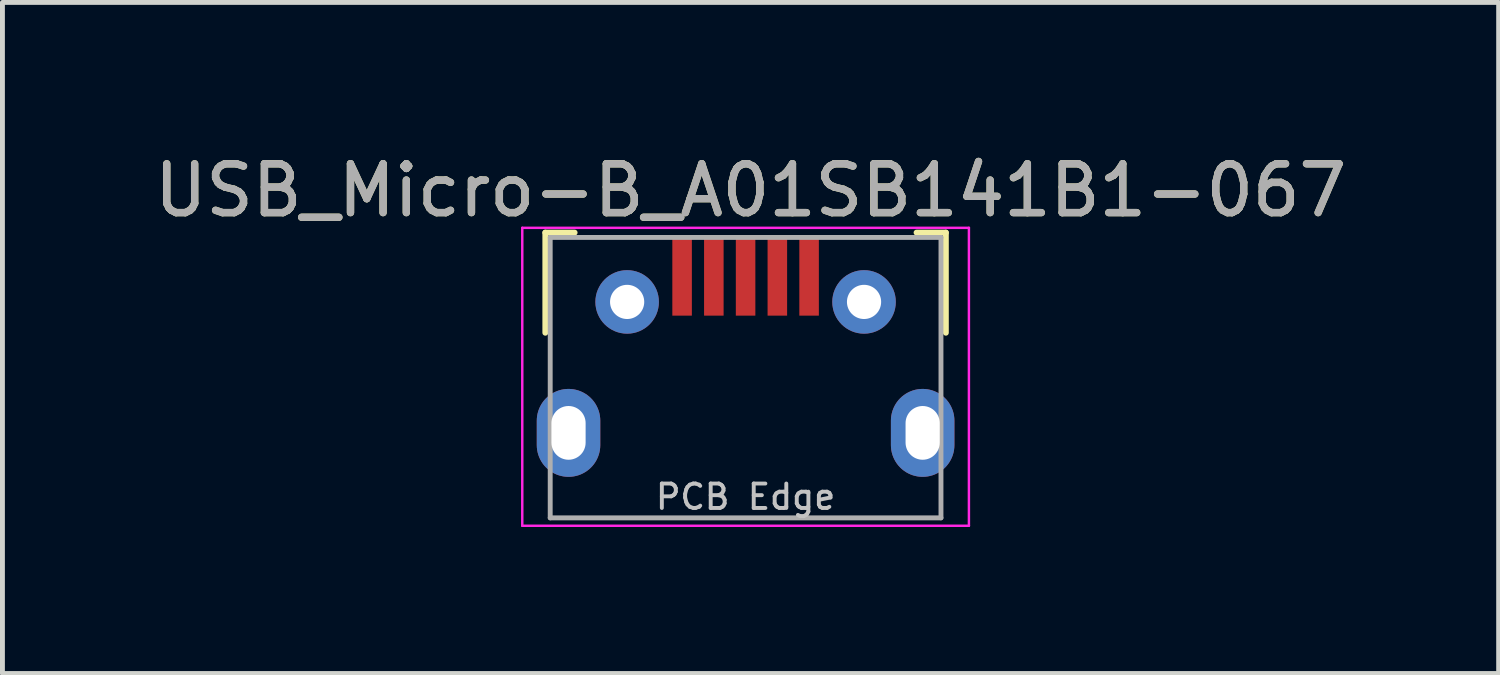
<source format=kicad_pcb>
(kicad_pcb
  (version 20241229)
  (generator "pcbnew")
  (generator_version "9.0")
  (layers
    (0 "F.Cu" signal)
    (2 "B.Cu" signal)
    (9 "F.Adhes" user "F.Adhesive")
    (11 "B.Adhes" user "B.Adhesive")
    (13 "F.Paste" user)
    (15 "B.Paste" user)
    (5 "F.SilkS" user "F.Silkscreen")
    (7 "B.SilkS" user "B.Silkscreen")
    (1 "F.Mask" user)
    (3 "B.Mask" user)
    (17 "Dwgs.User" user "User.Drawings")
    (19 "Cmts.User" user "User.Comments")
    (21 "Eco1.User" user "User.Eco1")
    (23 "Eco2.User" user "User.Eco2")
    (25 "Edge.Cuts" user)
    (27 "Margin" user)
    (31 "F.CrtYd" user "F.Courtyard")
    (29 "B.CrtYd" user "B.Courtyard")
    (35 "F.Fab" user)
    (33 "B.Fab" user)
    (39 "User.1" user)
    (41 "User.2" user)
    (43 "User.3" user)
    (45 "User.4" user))
  (footprint "USB_Micro-B_A01SB141B1-067"
    (layer "F.Cu")
    (at 12.214 4.074)
    (property "Reference" "USB_Micro-B_A01SB141B1-067" (at 0.102 -3.226 0) (layer "F.SilkS") (effects (font (size 1 1) (thickness 0.15))))
    (attr smd)
    (fp_line (start -4.1 -2.362) (end -3.5 -2.362) (stroke (width 0.12) (type solid)) (layer "F.SilkS"))
    (fp_line (start -4.1 -0.312) (end -4.1 -2.362) (stroke (width 0.12) (type solid)) (layer "F.SilkS"))
    (fp_line (start 3.5 -2.362) (end 4.1 -2.362) (stroke (width 0.12) (type solid)) (layer "F.SilkS"))
    (fp_line (start 4.1 -0.312) (end 4.1 -2.362) (stroke (width 0.12) (type solid)) (layer "F.SilkS"))
    (fp_line (start -4.572 -2.46) (end 4.572 -2.46) (stroke (width 0.05) (type solid)) (layer "F.CrtYd"))
    (fp_line (start -4.572 3.64) (end -4.572 -2.46) (stroke (width 0.05) (type solid)) (layer "F.CrtYd"))
    (fp_line (start -4.572 3.64) (end 4.572 3.64) (stroke (width 0.05) (type solid)) (layer "F.CrtYd"))
    (fp_line (start 4.572 -2.46) (end 4.572 3.64) (stroke (width 0.05) (type solid)) (layer "F.CrtYd"))
    (fp_line (start -4 -2.263) (end -4 3.478) (stroke (width 0.1) (type solid)) (layer "F.Fab"))
    (fp_line (start -4 -2.263) (end 4 -2.263) (stroke (width 0.1) (type solid)) (layer "F.Fab"))
    (fp_line (start -4 3.478) (end 4 3.478) (stroke (width 0.1) (type solid)) (layer "F.Fab"))
    (fp_line (start 4 -2.263) (end 4 3.478) (stroke (width 0.1) (type solid)) (layer "F.Fab"))
    (fp_text user "PCB Edge" (at 0 3.048 0) (layer "Dwgs.User") (effects (font (size 0.5 0.5) (thickness 0.08))))
    (fp_text user "${REFERENCE}" (at 0.102 -3.226 180) (layer "F.Fab") (effects (font (size 1 1) (thickness 0.15))))
    (pad "1" smd rect (at -1.3 -1.462) (size 0.4 1.6) (layers "F.Cu" "F.Mask" "F.Paste"))
    (pad "2" smd rect (at -0.65 -1.462) (size 0.4 1.6) (layers "F.Cu" "F.Mask" "F.Paste"))
    (pad "3" smd rect (at 0 -1.462) (size 0.4 1.6) (layers "F.Cu" "F.Mask" "F.Paste"))
    (pad "4" smd rect (at 0.65 -1.462) (size 0.4 1.6) (layers "F.Cu" "F.Mask" "F.Paste"))
    (pad "5" smd rect (at 1.3 -1.462) (size 0.4 1.6) (layers "F.Cu" "F.Mask" "F.Paste"))
    (pad "6" thru_hole oval (at -3.625 1.738 180) (size 1.3 1.8) (drill oval 0.7 1.1) (layers "*.Cu" "*.Mask" "F.Paste"))
    (pad "6" thru_hole circle (at -2.425 -0.943) (size 1.3 1.3) (drill 0.7) (layers "*.Cu" "*.Mask" "F.Paste"))
    (pad "6" thru_hole circle (at 2.425 -0.943) (size 1.3 1.3) (drill 0.7) (layers "*.Cu" "*.Mask" "F.Paste"))
    (pad "6" thru_hole oval (at 3.625 1.738) (size 1.3 1.8) (drill oval 0.7 1.1) (layers "*.Cu" "*.Mask" "F.Paste")))
  (gr_rect
    (start -3 -3)
    (end 27.631 10.739)
    (stroke (width 0.1) (type default))
    (fill no)
    (layer "Edge.Cuts")))
</source>
